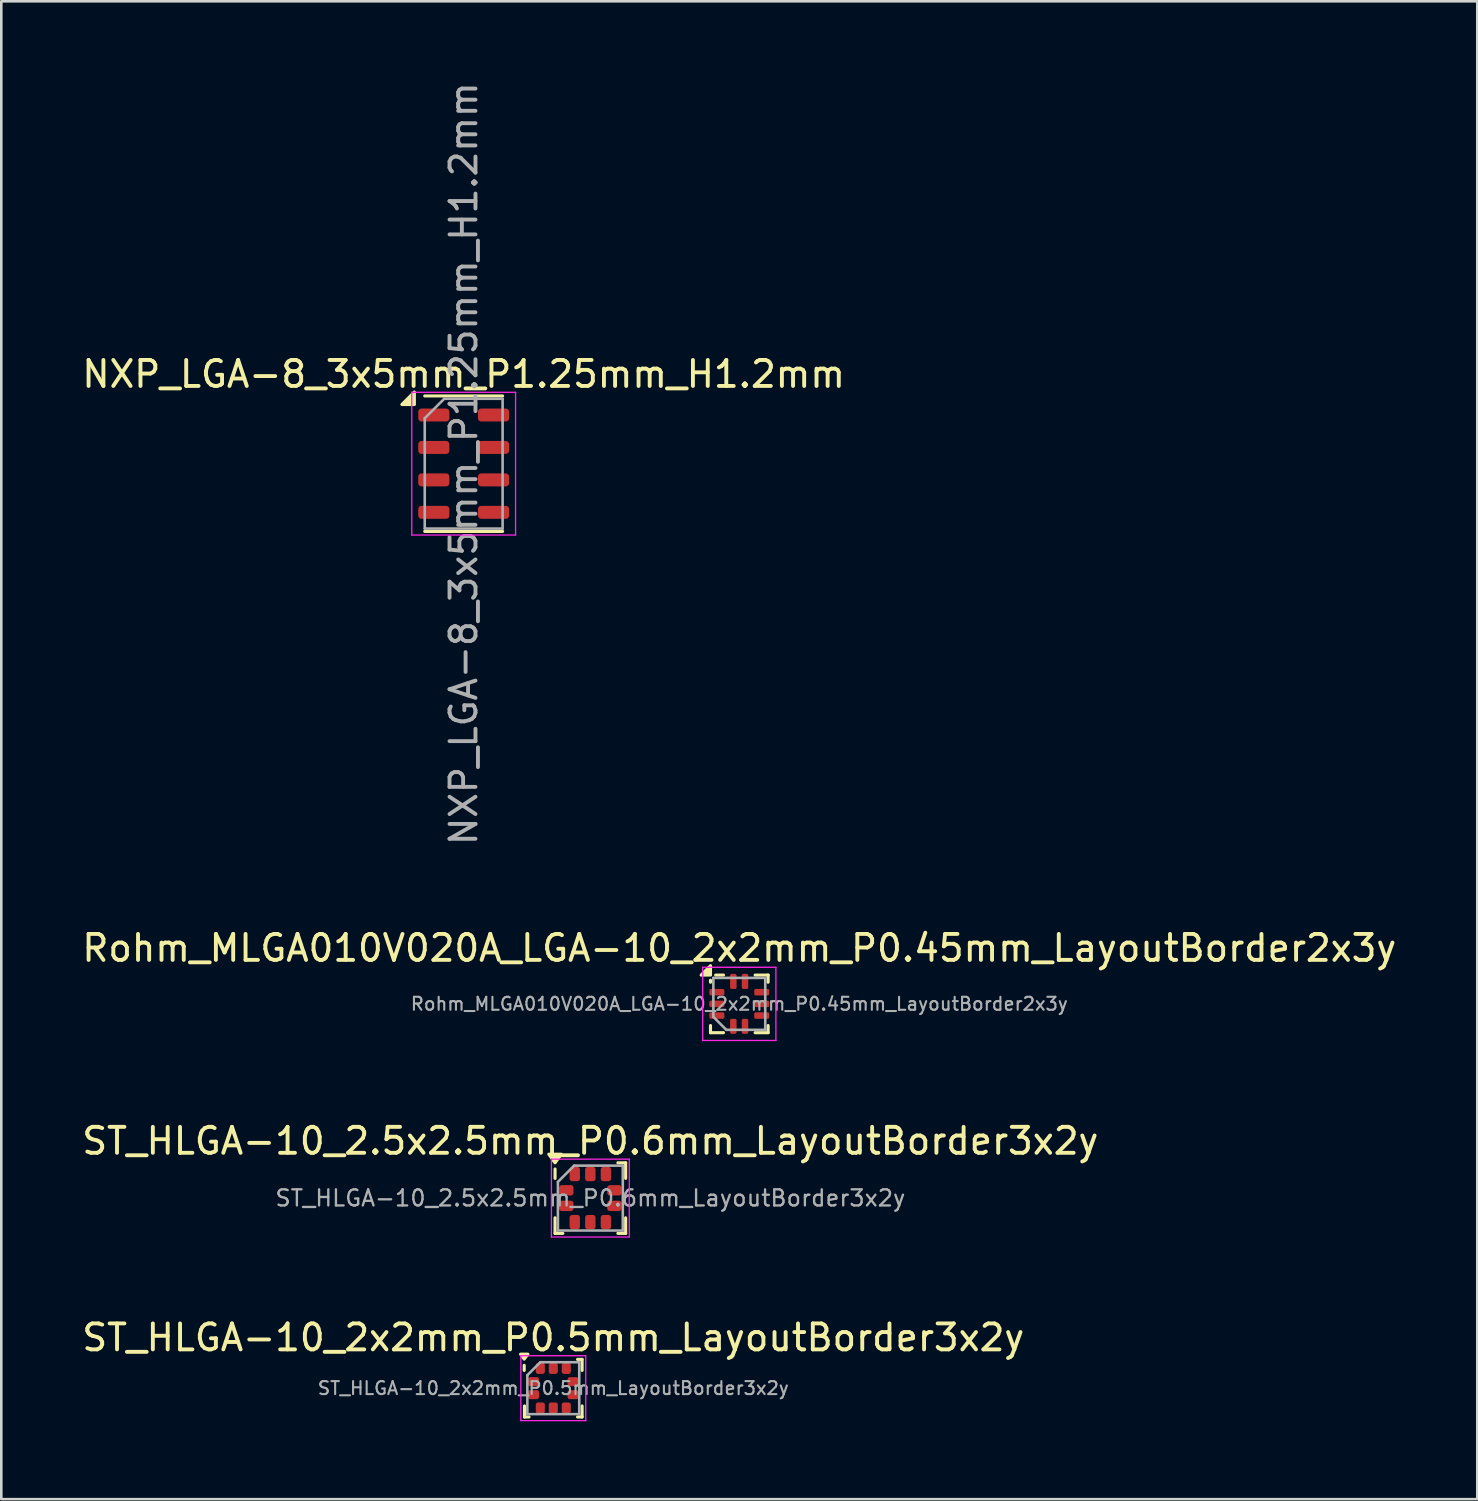
<source format=kicad_pcb>
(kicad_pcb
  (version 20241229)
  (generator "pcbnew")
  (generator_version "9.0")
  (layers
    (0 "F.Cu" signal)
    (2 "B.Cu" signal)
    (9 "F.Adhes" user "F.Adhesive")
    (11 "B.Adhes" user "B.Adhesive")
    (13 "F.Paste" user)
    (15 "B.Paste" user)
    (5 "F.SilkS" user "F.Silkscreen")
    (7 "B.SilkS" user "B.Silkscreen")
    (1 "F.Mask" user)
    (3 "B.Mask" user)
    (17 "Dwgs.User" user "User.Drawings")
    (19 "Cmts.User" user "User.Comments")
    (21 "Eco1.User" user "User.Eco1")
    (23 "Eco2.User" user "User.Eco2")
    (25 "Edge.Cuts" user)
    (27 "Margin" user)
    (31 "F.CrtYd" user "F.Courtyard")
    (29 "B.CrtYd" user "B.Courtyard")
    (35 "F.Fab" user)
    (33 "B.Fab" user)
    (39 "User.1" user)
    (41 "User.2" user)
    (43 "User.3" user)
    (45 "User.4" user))
  (footprint "ST_HLGA-10_2x2mm_P0.5mm_LayoutBorder3x2y"
    (layer "F.Cu")
    (at 18.268 50.436)
    (property "Reference" "ST_HLGA-10_2x2mm_P0.5mm_LayoutBorder3x2y" (at 0 -1.95 0) (layer "F.SilkS") (effects (font (size 1 1) (thickness 0.15))))
    (attr smd)
    (fp_line (start -1.12 -0.685) (end -1.12 -0.88) (stroke (width 0.12) (type solid)) (layer "F.SilkS"))
    (fp_line (start -1.11 1.11) (end -1.11 0.685) (stroke (width 0.12) (type solid)) (layer "F.SilkS"))
    (fp_line (start -0.935 1.11) (end -1.11 1.11) (stroke (width 0.12) (type solid)) (layer "F.SilkS"))
    (fp_line (start 0.935 -1.11) (end 1.11 -1.11) (stroke (width 0.12) (type solid)) (layer "F.SilkS"))
    (fp_line (start 0.935 1.11) (end 1.11 1.11) (stroke (width 0.12) (type solid)) (layer "F.SilkS"))
    (fp_line (start 1.11 -1.11) (end 1.11 -0.685) (stroke (width 0.12) (type solid)) (layer "F.SilkS"))
    (fp_line (start 1.11 1.11) (end 1.11 0.685) (stroke (width 0.12) (type solid)) (layer "F.SilkS"))
    (fp_poly (pts (xy -1.12 -1.12) (xy -1.26 -1.31) (xy -0.98 -1.31) (xy -1.12 -1.12)) (stroke (width 0.12) (type solid)) (fill yes) (layer "F.SilkS"))
    (fp_line (start -1.25 -1.25) (end -1.25 1.25) (stroke (width 0.05) (type solid)) (layer "F.CrtYd"))
    (fp_line (start -1.25 1.25) (end 1.25 1.25) (stroke (width 0.05) (type solid)) (layer "F.CrtYd"))
    (fp_line (start 1.25 -1.25) (end -1.25 -1.25) (stroke (width 0.05) (type solid)) (layer "F.CrtYd"))
    (fp_line (start 1.25 1.25) (end 1.25 -1.25) (stroke (width 0.05) (type solid)) (layer "F.CrtYd"))
    (fp_line (start -1 -0.5) (end -0.5 -1) (stroke (width 0.1) (type solid)) (layer "F.Fab"))
    (fp_line (start -1 1) (end -1 -0.5) (stroke (width 0.1) (type solid)) (layer "F.Fab"))
    (fp_line (start -0.5 -1) (end 1 -1) (stroke (width 0.1) (type solid)) (layer "F.Fab"))
    (fp_line (start 1 -1) (end 1 1) (stroke (width 0.1) (type solid)) (layer "F.Fab"))
    (fp_line (start 1 1) (end -1 1) (stroke (width 0.1) (type solid)) (layer "F.Fab"))
    (fp_text user "${REFERENCE}" (at 0 0 0) (layer "F.Fab") (effects (font (size 0.5 0.5) (thickness 0.08))))
    (pad "1" smd roundrect (at -0.762 -0.25) (size 0.425 0.35) (layers "F.Cu" "F.Mask" "F.Paste") (roundrect_rratio 0.25))
    (pad "2" smd roundrect (at -0.762 0.25) (size 0.425 0.35) (layers "F.Cu" "F.Mask" "F.Paste") (roundrect_rratio 0.25))
    (pad "3" smd roundrect (at -0.5 0.762) (size 0.35 0.425) (layers "F.Cu" "F.Mask" "F.Paste") (roundrect_rratio 0.25))
    (pad "4" smd roundrect (at 0 0.762) (size 0.35 0.425) (layers "F.Cu" "F.Mask" "F.Paste") (roundrect_rratio 0.25))
    (pad "5" smd roundrect (at 0.5 0.762) (size 0.35 0.425) (layers "F.Cu" "F.Mask" "F.Paste") (roundrect_rratio 0.25))
    (pad "6" smd roundrect (at 0.762 0.25) (size 0.425 0.35) (layers "F.Cu" "F.Mask" "F.Paste") (roundrect_rratio 0.25))
    (pad "7" smd roundrect (at 0.762 -0.25) (size 0.425 0.35) (layers "F.Cu" "F.Mask" "F.Paste") (roundrect_rratio 0.25))
    (pad "8" smd roundrect (at 0.5 -0.762) (size 0.35 0.425) (layers "F.Cu" "F.Mask" "F.Paste") (roundrect_rratio 0.25))
    (pad "9" smd roundrect (at 0 -0.762) (size 0.35 0.425) (layers "F.Cu" "F.Mask" "F.Paste") (roundrect_rratio 0.25))
    (pad "10" smd roundrect (at -0.5 -0.762) (size 0.35 0.425) (layers "F.Cu" "F.Mask" "F.Paste") (roundrect_rratio 0.25)))
  (footprint "Rohm_MLGA010V020A_LGA-10_2x2mm_P0.45mm_LayoutBorder2x3y"
    (layer "F.Cu")
    (at 25.435 35.629)
    (property "Reference" "Rohm_MLGA010V020A_LGA-10_2x2mm_P0.45mm_LayoutBorder2x3y" (at 0 -2.15 0) (layer "F.SilkS") (effects (font (size 1 1) (thickness 0.15))))
    (attr smd)
    (fp_line (start -1.11 -0.835) (end -1.11 -0.91) (stroke (width 0.12) (type solid)) (layer "F.SilkS"))
    (fp_line (start -1.11 0.835) (end -1.11 1.11) (stroke (width 0.12) (type solid)) (layer "F.SilkS"))
    (fp_line (start -1.11 1.11) (end -0.61 1.11) (stroke (width 0.12) (type solid)) (layer "F.SilkS"))
    (fp_line (start -0.91 -1.11) (end -0.61 -1.11) (stroke (width 0.12) (type solid)) (layer "F.SilkS"))
    (fp_line (start 1.11 -1.11) (end 0.61 -1.11) (stroke (width 0.12) (type solid)) (layer "F.SilkS"))
    (fp_line (start 1.11 -0.835) (end 1.11 -1.11) (stroke (width 0.12) (type solid)) (layer "F.SilkS"))
    (fp_line (start 1.11 0.835) (end 1.11 1.11) (stroke (width 0.12) (type solid)) (layer "F.SilkS"))
    (fp_line (start 1.11 1.11) (end 0.61 1.11) (stroke (width 0.12) (type solid)) (layer "F.SilkS"))
    (fp_poly (pts (xy -1.11 -1.11) (xy -1.47 -1.11) (xy -1.11 -1.47) (xy -1.11 -1.11)) (stroke (width 0.12) (type solid)) (fill yes) (layer "F.SilkS"))
    (fp_line (start -1.41 -1.41) (end -1.41 1.41) (stroke (width 0.05) (type solid)) (layer "F.CrtYd"))
    (fp_line (start -1.41 1.41) (end 1.41 1.41) (stroke (width 0.05) (type solid)) (layer "F.CrtYd"))
    (fp_line (start 1.41 -1.41) (end -1.41 -1.41) (stroke (width 0.05) (type solid)) (layer "F.CrtYd"))
    (fp_line (start 1.41 1.41) (end 1.41 -1.41) (stroke (width 0.05) (type solid)) (layer "F.CrtYd"))
    (fp_line (start -1 -1) (end 1 -1) (stroke (width 0.1) (type solid)) (layer "F.Fab"))
    (fp_line (start -1 0.5) (end -1 -1) (stroke (width 0.1) (type solid)) (layer "F.Fab"))
    (fp_line (start -0.5 1) (end -1 0.5) (stroke (width 0.1) (type solid)) (layer "F.Fab"))
    (fp_line (start 1 -1) (end 1 1) (stroke (width 0.1) (type solid)) (layer "F.Fab"))
    (fp_line (start 1 1) (end -0.5 1) (stroke (width 0.1) (type solid)) (layer "F.Fab"))
    (fp_text user "${REFERENCE}" (at 0 0 0) (layer "F.Fab") (effects (font (size 0.5 0.5) (thickness 0.08))))
    (pad "1" smd roundrect (at -0.865 -0.45 90) (size 0.25 0.58) (layers "F.Cu" "F.Mask" "F.Paste") (roundrect_rratio 0.25))
    (pad "2" smd roundrect (at -0.865 0 90) (size 0.25 0.58) (layers "F.Cu" "F.Mask" "F.Paste") (roundrect_rratio 0.25))
    (pad "3" smd roundrect (at -0.865 0.45 90) (size 0.25 0.58) (layers "F.Cu" "F.Mask" "F.Paste") (roundrect_rratio 0.25))
    (pad "4" smd roundrect (at -0.23 0.865 90) (size 0.58 0.25) (layers "F.Cu" "F.Mask" "F.Paste") (roundrect_rratio 0.25))
    (pad "5" smd roundrect (at 0.22 0.865 90) (size 0.58 0.25) (layers "F.Cu" "F.Mask" "F.Paste") (roundrect_rratio 0.25))
    (pad "6" smd roundrect (at 0.865 0.45 90) (size 0.25 0.58) (layers "F.Cu" "F.Mask" "F.Paste") (roundrect_rratio 0.25))
    (pad "7" smd roundrect (at 0.865 0 90) (size 0.25 0.58) (layers "F.Cu" "F.Mask" "F.Paste") (roundrect_rratio 0.25))
    (pad "8" smd roundrect (at 0.865 -0.45 90) (size 0.25 0.58) (layers "F.Cu" "F.Mask" "F.Paste") (roundrect_rratio 0.25))
    (pad "9" smd roundrect (at 0.22 -0.865 90) (size 0.58 0.25) (layers "F.Cu" "F.Mask" "F.Paste") (roundrect_rratio 0.25))
    (pad "10" smd roundrect (at -0.23 -0.865 90) (size 0.58 0.25) (layers "F.Cu" "F.Mask" "F.Paste") (roundrect_rratio 0.25)))
  (footprint "NXP_LGA-8_3x5mm_P1.25mm_H1.2mm"
    (layer "F.Cu")
    (at 14.815 14.815)
    (property "Reference" "NXP_LGA-8_3x5mm_P1.25mm_H1.2mm" (at 0 -3.45 0) (layer "F.SilkS") (effects (font (size 1 1) (thickness 0.15))))
    (attr smd)
    (fp_line (start -1.5 -2.61) (end 1.5 -2.61) (stroke (width 0.12) (type solid)) (layer "F.SilkS"))
    (fp_line (start -1.5 2.61) (end 1.5 2.61) (stroke (width 0.12) (type solid)) (layer "F.SilkS"))
    (fp_poly (pts (xy -1.9 -2.28) (xy -2.38 -2.28) (xy -1.9 -2.76) (xy -1.9 -2.28)) (stroke (width 0.12) (type solid)) (fill yes) (layer "F.SilkS"))
    (fp_line (start -2 -2.75) (end -2 2.75) (stroke (width 0.05) (type solid)) (layer "F.CrtYd"))
    (fp_line (start -2 2.75) (end 2 2.75) (stroke (width 0.05) (type solid)) (layer "F.CrtYd"))
    (fp_line (start 2 -2.75) (end -2 -2.75) (stroke (width 0.05) (type solid)) (layer "F.CrtYd"))
    (fp_line (start 2 2.75) (end 2 -2.75) (stroke (width 0.05) (type solid)) (layer "F.CrtYd"))
    (fp_line (start -1.5 -1.75) (end -0.75 -2.5) (stroke (width 0.1) (type solid)) (layer "F.Fab"))
    (fp_line (start -1.5 2.5) (end -1.5 -1.75) (stroke (width 0.1) (type solid)) (layer "F.Fab"))
    (fp_line (start -0.75 -2.5) (end 1.5 -2.5) (stroke (width 0.1) (type solid)) (layer "F.Fab"))
    (fp_line (start 1.5 -2.5) (end 1.5 2.5) (stroke (width 0.1) (type solid)) (layer "F.Fab"))
    (fp_line (start 1.5 2.5) (end -1.5 2.5) (stroke (width 0.1) (type solid)) (layer "F.Fab"))
    (fp_text user "${REFERENCE}" (at 0 0 90) (layer "F.Fab") (effects (font (size 1 1) (thickness 0.15))))
    (pad "1" smd roundrect (at -1.15 -1.875) (size 1.2 0.5) (layers "F.Cu" "F.Mask" "F.Paste") (roundrect_rratio 0.25))
    (pad "2" smd roundrect (at -1.15 -0.625) (size 1.2 0.5) (layers "F.Cu" "F.Mask" "F.Paste") (roundrect_rratio 0.25))
    (pad "3" smd roundrect (at -1.15 0.625) (size 1.2 0.5) (layers "F.Cu" "F.Mask" "F.Paste") (roundrect_rratio 0.25))
    (pad "4" smd roundrect (at -1.15 1.875) (size 1.2 0.5) (layers "F.Cu" "F.Mask" "F.Paste") (roundrect_rratio 0.25))
    (pad "5" smd roundrect (at 1.15 1.875) (size 1.2 0.5) (layers "F.Cu" "F.Mask" "F.Paste") (roundrect_rratio 0.25))
    (pad "6" smd roundrect (at 1.15 0.625) (size 1.2 0.5) (layers "F.Cu" "F.Mask" "F.Paste") (roundrect_rratio 0.25))
    (pad "7" smd roundrect (at 1.15 -0.625) (size 1.2 0.5) (layers "F.Cu" "F.Mask" "F.Paste") (roundrect_rratio 0.25))
    (pad "8" smd roundrect (at 1.15 -1.875) (size 1.2 0.5) (layers "F.Cu" "F.Mask" "F.Paste") (roundrect_rratio 0.25)))
  (footprint "ST_HLGA-10_2.5x2.5mm_P0.6mm_LayoutBorder3x2y"
    (layer "F.Cu")
    (at 19.696 43.112)
    (property "Reference" "ST_HLGA-10_2.5x2.5mm_P0.6mm_LayoutBorder3x2y" (at 0 -2.2 0) (layer "F.SilkS") (effects (font (size 1 1) (thickness 0.15))))
    (attr smd)
    (fp_line (start -1.36 -0.76) (end -1.36 -1.12) (stroke (width 0.12) (type solid)) (layer "F.SilkS"))
    (fp_line (start -1.36 1.36) (end -1.36 0.76) (stroke (width 0.12) (type solid)) (layer "F.SilkS"))
    (fp_line (start -1.06 1.36) (end -1.36 1.36) (stroke (width 0.12) (type solid)) (layer "F.SilkS"))
    (fp_line (start 1.06 -1.36) (end 1.36 -1.36) (stroke (width 0.12) (type solid)) (layer "F.SilkS"))
    (fp_line (start 1.06 1.36) (end 1.36 1.36) (stroke (width 0.12) (type solid)) (layer "F.SilkS"))
    (fp_line (start 1.36 -1.36) (end 1.36 -0.76) (stroke (width 0.12) (type solid)) (layer "F.SilkS"))
    (fp_line (start 1.36 1.36) (end 1.36 0.76) (stroke (width 0.12) (type solid)) (layer "F.SilkS"))
    (fp_poly (pts (xy -1.36 -1.36) (xy -1.6 -1.69) (xy -1.12 -1.69) (xy -1.36 -1.36)) (stroke (width 0.12) (type solid)) (fill yes) (layer "F.SilkS"))
    (fp_line (start -1.5 -1.5) (end -1.5 1.5) (stroke (width 0.05) (type solid)) (layer "F.CrtYd"))
    (fp_line (start -1.5 1.5) (end 1.5 1.5) (stroke (width 0.05) (type solid)) (layer "F.CrtYd"))
    (fp_line (start 1.5 -1.5) (end -1.5 -1.5) (stroke (width 0.05) (type solid)) (layer "F.CrtYd"))
    (fp_line (start 1.5 1.5) (end 1.5 -1.5) (stroke (width 0.05) (type solid)) (layer "F.CrtYd"))
    (fp_line (start -1.25 -0.625) (end -0.625 -1.25) (stroke (width 0.1) (type solid)) (layer "F.Fab"))
    (fp_line (start -1.25 1.25) (end -1.25 -0.625) (stroke (width 0.1) (type solid)) (layer "F.Fab"))
    (fp_line (start -0.625 -1.25) (end 1.25 -1.25) (stroke (width 0.1) (type solid)) (layer "F.Fab"))
    (fp_line (start 1.25 -1.25) (end 1.25 1.25) (stroke (width 0.1) (type solid)) (layer "F.Fab"))
    (fp_line (start 1.25 1.25) (end -1.25 1.25) (stroke (width 0.1) (type solid)) (layer "F.Fab"))
    (fp_text user "${REFERENCE}" (at 0 0 0) (layer "F.Fab") (effects (font (size 0.62 0.62) (thickness 0.09))))
    (pad "1" smd roundrect (at -0.925 -0.3) (size 0.55 0.4) (layers "F.Cu" "F.Mask" "F.Paste") (roundrect_rratio 0.25))
    (pad "2" smd roundrect (at -0.925 0.3) (size 0.55 0.4) (layers "F.Cu" "F.Mask" "F.Paste") (roundrect_rratio 0.25))
    (pad "3" smd roundrect (at -0.6 0.925) (size 0.4 0.55) (layers "F.Cu" "F.Mask" "F.Paste") (roundrect_rratio 0.25))
    (pad "4" smd roundrect (at 0 0.925) (size 0.4 0.55) (layers "F.Cu" "F.Mask" "F.Paste") (roundrect_rratio 0.25))
    (pad "5" smd roundrect (at 0.6 0.925) (size 0.4 0.55) (layers "F.Cu" "F.Mask" "F.Paste") (roundrect_rratio 0.25))
    (pad "6" smd roundrect (at 0.925 0.3) (size 0.55 0.4) (layers "F.Cu" "F.Mask" "F.Paste") (roundrect_rratio 0.25))
    (pad "7" smd roundrect (at 0.925 -0.3) (size 0.55 0.4) (layers "F.Cu" "F.Mask" "F.Paste") (roundrect_rratio 0.25))
    (pad "8" smd roundrect (at 0.6 -0.925) (size 0.4 0.55) (layers "F.Cu" "F.Mask" "F.Paste") (roundrect_rratio 0.25))
    (pad "9" smd roundrect (at 0 -0.925) (size 0.4 0.55) (layers "F.Cu" "F.Mask" "F.Paste") (roundrect_rratio 0.25))
    (pad "10" smd roundrect (at -0.6 -0.925) (size 0.4 0.55) (layers "F.Cu" "F.Mask" "F.Paste") (roundrect_rratio 0.25)))
  (gr_rect
    (start -3 -3)
    (end 53.869 54.711)
    (stroke (width 0.1) (type default))
    (fill no)
    (layer "Edge.Cuts")))
</source>
